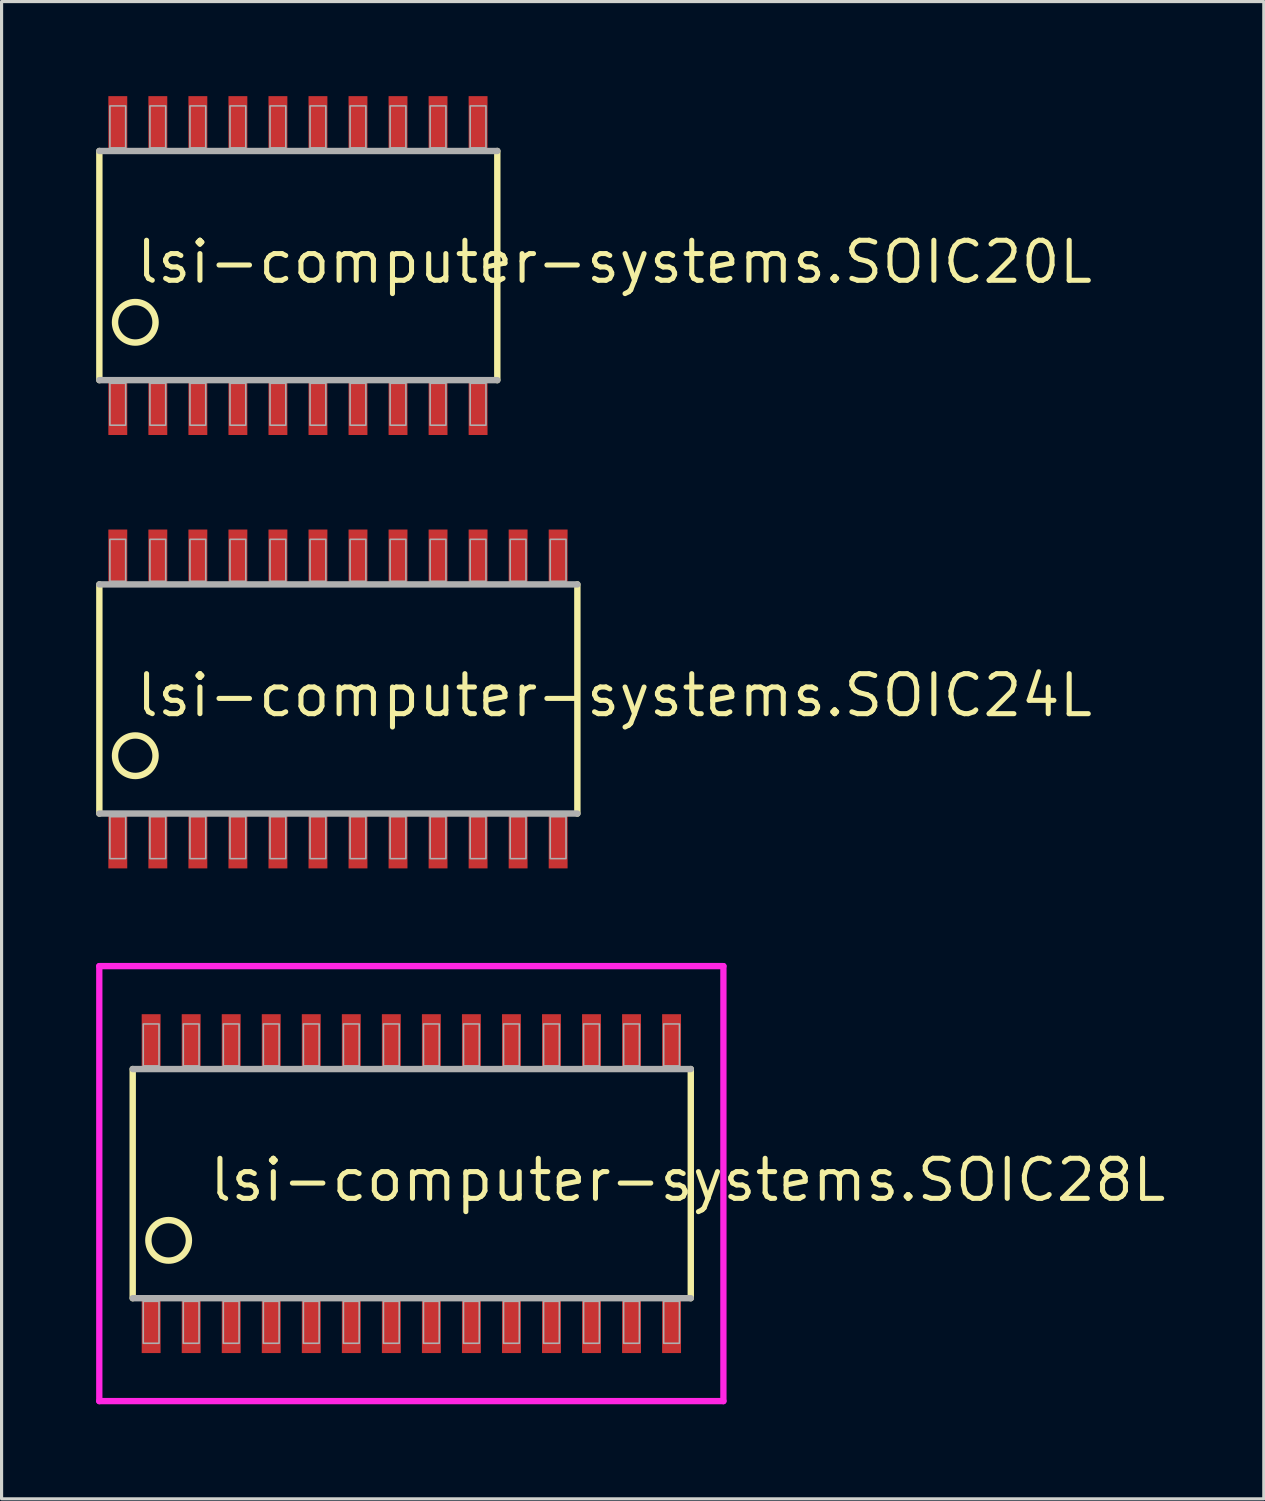
<source format=kicad_pcb>
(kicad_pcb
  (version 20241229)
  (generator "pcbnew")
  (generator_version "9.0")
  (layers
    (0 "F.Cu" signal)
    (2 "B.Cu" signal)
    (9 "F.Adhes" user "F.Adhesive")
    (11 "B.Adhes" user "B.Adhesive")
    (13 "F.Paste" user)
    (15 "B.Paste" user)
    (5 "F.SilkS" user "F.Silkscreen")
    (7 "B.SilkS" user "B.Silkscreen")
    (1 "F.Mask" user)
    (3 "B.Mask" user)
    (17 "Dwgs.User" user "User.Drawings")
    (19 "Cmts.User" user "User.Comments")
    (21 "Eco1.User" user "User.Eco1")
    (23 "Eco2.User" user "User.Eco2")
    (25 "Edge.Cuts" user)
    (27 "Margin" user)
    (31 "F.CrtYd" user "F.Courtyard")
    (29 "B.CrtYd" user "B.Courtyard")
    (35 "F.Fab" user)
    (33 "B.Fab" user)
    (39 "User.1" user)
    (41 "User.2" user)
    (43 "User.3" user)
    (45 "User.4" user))
  (footprint "lsi-computer-systems.SOIC28L"
    (layer "F.Cu")
    (at 10 34.5)
    (property "Reference" "lsi-computer-systems.SOIC28L" (at -6.48 0.63 0) (layer "F.SilkS") (effects (font (size 1.27 1.27) (thickness 0.16)) (justify left bottom)))
    (attr smd)
    (fp_line (start -8.84 3.635) (end -8.84 -3.635) (stroke (width 0.203) (type default)) (layer "F.SilkS"))
    (fp_line (start 8.865 -3.635) (end 8.865 3.635) (stroke (width 0.203) (type default)) (layer "F.SilkS"))
    (fp_circle (center -7.7 1.8) (end -7.057 1.8) (stroke (width 0.203) (type default)) (fill no) (layer "F.SilkS"))
    (fp_line (start -9.9 -6.9) (end 9.9 -6.9) (stroke (width 0.2) (type default)) (layer "F.CrtYd"))
    (fp_line (start -9.9 6.9) (end -9.9 -6.9) (stroke (width 0.2) (type default)) (layer "F.CrtYd"))
    (fp_line (start 9.9 -6.9) (end 9.9 6.9) (stroke (width 0.2) (type default)) (layer "F.CrtYd"))
    (fp_line (start 9.9 6.9) (end -9.9 6.9) (stroke (width 0.2) (type default)) (layer "F.CrtYd"))
    (fp_line (start -8.84 -3.635) (end 8.865 -3.635) (stroke (width 0.203) (type default)) (layer "F.Fab"))
    (fp_line (start 8.865 3.635) (end -8.84 3.635) (stroke (width 0.203) (type default)) (layer "F.Fab"))
    (fp_rect (start -8.505 -3.735) (end -8.005 -5.065) (stroke (width 0.05) (type default)) (fill no) (layer "F.Fab"))
    (fp_rect (start -8.505 5.065) (end -8.005 3.735) (stroke (width 0.05) (type default)) (fill no) (layer "F.Fab"))
    (fp_rect (start -7.235 -3.735) (end -6.735 -5.065) (stroke (width 0.05) (type default)) (fill no) (layer "F.Fab"))
    (fp_rect (start -7.235 5.065) (end -6.735 3.735) (stroke (width 0.05) (type default)) (fill no) (layer "F.Fab"))
    (fp_rect (start -5.965 -3.735) (end -5.465 -5.065) (stroke (width 0.05) (type default)) (fill no) (layer "F.Fab"))
    (fp_rect (start -5.965 5.065) (end -5.465 3.735) (stroke (width 0.05) (type default)) (fill no) (layer "F.Fab"))
    (fp_rect (start -4.695 -3.735) (end -4.195 -5.065) (stroke (width 0.05) (type default)) (fill no) (layer "F.Fab"))
    (fp_rect (start -4.695 5.065) (end -4.195 3.735) (stroke (width 0.05) (type default)) (fill no) (layer "F.Fab"))
    (fp_rect (start -3.425 -3.735) (end -2.925 -5.065) (stroke (width 0.05) (type default)) (fill no) (layer "F.Fab"))
    (fp_rect (start -3.425 5.065) (end -2.925 3.735) (stroke (width 0.05) (type default)) (fill no) (layer "F.Fab"))
    (fp_rect (start -2.155 -3.735) (end -1.655 -5.065) (stroke (width 0.05) (type default)) (fill no) (layer "F.Fab"))
    (fp_rect (start -2.155 5.065) (end -1.655 3.735) (stroke (width 0.05) (type default)) (fill no) (layer "F.Fab"))
    (fp_rect (start -0.885 -3.735) (end -0.385 -5.065) (stroke (width 0.05) (type default)) (fill no) (layer "F.Fab"))
    (fp_rect (start -0.885 5.065) (end -0.385 3.735) (stroke (width 0.05) (type default)) (fill no) (layer "F.Fab"))
    (fp_rect (start 0.385 -3.735) (end 0.885 -5.065) (stroke (width 0.05) (type default)) (fill no) (layer "F.Fab"))
    (fp_rect (start 0.385 5.065) (end 0.885 3.735) (stroke (width 0.05) (type default)) (fill no) (layer "F.Fab"))
    (fp_rect (start 1.655 -3.735) (end 2.155 -5.065) (stroke (width 0.05) (type default)) (fill no) (layer "F.Fab"))
    (fp_rect (start 1.655 5.065) (end 2.155 3.735) (stroke (width 0.05) (type default)) (fill no) (layer "F.Fab"))
    (fp_rect (start 2.925 -3.735) (end 3.425 -5.065) (stroke (width 0.05) (type default)) (fill no) (layer "F.Fab"))
    (fp_rect (start 2.925 5.065) (end 3.425 3.735) (stroke (width 0.05) (type default)) (fill no) (layer "F.Fab"))
    (fp_rect (start 4.195 -3.735) (end 4.695 -5.065) (stroke (width 0.05) (type default)) (fill no) (layer "F.Fab"))
    (fp_rect (start 4.195 5.065) (end 4.695 3.735) (stroke (width 0.05) (type default)) (fill no) (layer "F.Fab"))
    (fp_rect (start 5.465 -3.735) (end 5.965 -5.065) (stroke (width 0.05) (type default)) (fill no) (layer "F.Fab"))
    (fp_rect (start 5.465 5.065) (end 5.965 3.735) (stroke (width 0.05) (type default)) (fill no) (layer "F.Fab"))
    (fp_rect (start 6.735 -3.735) (end 7.235 -5.065) (stroke (width 0.05) (type default)) (fill no) (layer "F.Fab"))
    (fp_rect (start 6.735 5.065) (end 7.235 3.735) (stroke (width 0.05) (type default)) (fill no) (layer "F.Fab"))
    (fp_rect (start 8.005 -3.735) (end 8.505 -5.065) (stroke (width 0.05) (type default)) (fill no) (layer "F.Fab"))
    (fp_rect (start 8.005 5.065) (end 8.505 3.735) (stroke (width 0.05) (type default)) (fill no) (layer "F.Fab"))
    (pad "1" smd roundrect (at -8.255 4.475) (size 0.6 1.8) (layers "F.Cu" "F.Mask" "F.Paste") (roundrect_rratio 0.01))
    (pad "2" smd roundrect (at -6.985 4.475) (size 0.6 1.8) (layers "F.Cu" "F.Mask" "F.Paste") (roundrect_rratio 0.01))
    (pad "3" smd roundrect (at -5.715 4.475) (size 0.6 1.8) (layers "F.Cu" "F.Mask" "F.Paste") (roundrect_rratio 0.01))
    (pad "4" smd roundrect (at -4.445 4.475) (size 0.6 1.8) (layers "F.Cu" "F.Mask" "F.Paste") (roundrect_rratio 0.01))
    (pad "5" smd roundrect (at -3.175 4.475) (size 0.6 1.8) (layers "F.Cu" "F.Mask" "F.Paste") (roundrect_rratio 0.01))
    (pad "6" smd roundrect (at -1.905 4.475) (size 0.6 1.8) (layers "F.Cu" "F.Mask" "F.Paste") (roundrect_rratio 0.01))
    (pad "7" smd roundrect (at -0.635 4.475) (size 0.6 1.8) (layers "F.Cu" "F.Mask" "F.Paste") (roundrect_rratio 0.01))
    (pad "8" smd roundrect (at 0.635 4.475) (size 0.6 1.8) (layers "F.Cu" "F.Mask" "F.Paste") (roundrect_rratio 0.01))
    (pad "9" smd roundrect (at 1.905 4.475) (size 0.6 1.8) (layers "F.Cu" "F.Mask" "F.Paste") (roundrect_rratio 0.01))
    (pad "10" smd roundrect (at 3.175 4.475) (size 0.6 1.8) (layers "F.Cu" "F.Mask" "F.Paste") (roundrect_rratio 0.01))
    (pad "11" smd roundrect (at 4.445 4.475) (size 0.6 1.8) (layers "F.Cu" "F.Mask" "F.Paste") (roundrect_rratio 0.01))
    (pad "12" smd roundrect (at 5.715 4.475) (size 0.6 1.8) (layers "F.Cu" "F.Mask" "F.Paste") (roundrect_rratio 0.01))
    (pad "13" smd roundrect (at 6.985 4.475) (size 0.6 1.8) (layers "F.Cu" "F.Mask" "F.Paste") (roundrect_rratio 0.01))
    (pad "14" smd roundrect (at 8.255 4.475) (size 0.6 1.8) (layers "F.Cu" "F.Mask" "F.Paste") (roundrect_rratio 0.01))
    (pad "15" smd roundrect (at 8.255 -4.475) (size 0.6 1.8) (layers "F.Cu" "F.Mask" "F.Paste") (roundrect_rratio 0.01))
    (pad "16" smd roundrect (at 6.985 -4.475) (size 0.6 1.8) (layers "F.Cu" "F.Mask" "F.Paste") (roundrect_rratio 0.01))
    (pad "17" smd roundrect (at 5.715 -4.475) (size 0.6 1.8) (layers "F.Cu" "F.Mask" "F.Paste") (roundrect_rratio 0.01))
    (pad "18" smd roundrect (at 4.445 -4.475) (size 0.6 1.8) (layers "F.Cu" "F.Mask" "F.Paste") (roundrect_rratio 0.01))
    (pad "19" smd roundrect (at 3.175 -4.475) (size 0.6 1.8) (layers "F.Cu" "F.Mask" "F.Paste") (roundrect_rratio 0.01))
    (pad "20" smd roundrect (at 1.905 -4.475) (size 0.6 1.8) (layers "F.Cu" "F.Mask" "F.Paste") (roundrect_rratio 0.01))
    (pad "21" smd roundrect (at 0.635 -4.475) (size 0.6 1.8) (layers "F.Cu" "F.Mask" "F.Paste") (roundrect_rratio 0.01))
    (pad "22" smd roundrect (at -0.635 -4.475) (size 0.6 1.8) (layers "F.Cu" "F.Mask" "F.Paste") (roundrect_rratio 0.01))
    (pad "23" smd roundrect (at -1.905 -4.475) (size 0.6 1.8) (layers "F.Cu" "F.Mask" "F.Paste") (roundrect_rratio 0.01))
    (pad "24" smd roundrect (at -3.175 -4.475) (size 0.6 1.8) (layers "F.Cu" "F.Mask" "F.Paste") (roundrect_rratio 0.01))
    (pad "25" smd roundrect (at -4.445 -4.475) (size 0.6 1.8) (layers "F.Cu" "F.Mask" "F.Paste") (roundrect_rratio 0.01))
    (pad "26" smd roundrect (at -5.715 -4.475) (size 0.6 1.8) (layers "F.Cu" "F.Mask" "F.Paste") (roundrect_rratio 0.01))
    (pad "27" smd roundrect (at -6.985 -4.475) (size 0.6 1.8) (layers "F.Cu" "F.Mask" "F.Paste") (roundrect_rratio 0.01))
    (pad "28" smd roundrect (at -8.255 -4.475) (size 0.6 1.8) (layers "F.Cu" "F.Mask" "F.Paste") (roundrect_rratio 0.01)))
  (footprint "lsi-computer-systems.SOIC20L"
    (layer "F.Cu")
    (at 6.402 5.375)
    (property "Reference" "lsi-computer-systems.SOIC20L" (at -5.21 0.63 0) (layer "F.SilkS") (effects (font (size 1.27 1.27) (thickness 0.16)) (justify left bottom)))
    (attr smd)
    (fp_line (start -6.3 3.635) (end -6.3 -3.635) (stroke (width 0.203) (type default)) (layer "F.SilkS"))
    (fp_line (start 6.325 -3.635) (end 6.325 3.635) (stroke (width 0.203) (type default)) (layer "F.SilkS"))
    (fp_circle (center -5.16 1.8) (end -4.517 1.8) (stroke (width 0.203) (type default)) (fill no) (layer "F.SilkS"))
    (fp_line (start -6.3 -3.635) (end 6.325 -3.635) (stroke (width 0.203) (type default)) (layer "F.Fab"))
    (fp_line (start 6.325 3.635) (end -6.3 3.635) (stroke (width 0.203) (type default)) (layer "F.Fab"))
    (fp_rect (start -5.965 -3.735) (end -5.465 -5.065) (stroke (width 0.05) (type default)) (fill no) (layer "F.Fab"))
    (fp_rect (start -5.965 5.065) (end -5.465 3.735) (stroke (width 0.05) (type default)) (fill no) (layer "F.Fab"))
    (fp_rect (start -4.695 -3.735) (end -4.195 -5.065) (stroke (width 0.05) (type default)) (fill no) (layer "F.Fab"))
    (fp_rect (start -4.695 5.065) (end -4.195 3.735) (stroke (width 0.05) (type default)) (fill no) (layer "F.Fab"))
    (fp_rect (start -3.425 -3.735) (end -2.925 -5.065) (stroke (width 0.05) (type default)) (fill no) (layer "F.Fab"))
    (fp_rect (start -3.425 5.065) (end -2.925 3.735) (stroke (width 0.05) (type default)) (fill no) (layer "F.Fab"))
    (fp_rect (start -2.155 -3.735) (end -1.655 -5.065) (stroke (width 0.05) (type default)) (fill no) (layer "F.Fab"))
    (fp_rect (start -2.155 5.065) (end -1.655 3.735) (stroke (width 0.05) (type default)) (fill no) (layer "F.Fab"))
    (fp_rect (start -0.885 -3.735) (end -0.385 -5.065) (stroke (width 0.05) (type default)) (fill no) (layer "F.Fab"))
    (fp_rect (start -0.885 5.065) (end -0.385 3.735) (stroke (width 0.05) (type default)) (fill no) (layer "F.Fab"))
    (fp_rect (start 0.385 -3.735) (end 0.885 -5.065) (stroke (width 0.05) (type default)) (fill no) (layer "F.Fab"))
    (fp_rect (start 0.385 5.065) (end 0.885 3.735) (stroke (width 0.05) (type default)) (fill no) (layer "F.Fab"))
    (fp_rect (start 1.655 -3.735) (end 2.155 -5.065) (stroke (width 0.05) (type default)) (fill no) (layer "F.Fab"))
    (fp_rect (start 1.655 5.065) (end 2.155 3.735) (stroke (width 0.05) (type default)) (fill no) (layer "F.Fab"))
    (fp_rect (start 2.925 -3.735) (end 3.425 -5.065) (stroke (width 0.05) (type default)) (fill no) (layer "F.Fab"))
    (fp_rect (start 2.925 5.065) (end 3.425 3.735) (stroke (width 0.05) (type default)) (fill no) (layer "F.Fab"))
    (fp_rect (start 4.195 -3.735) (end 4.695 -5.065) (stroke (width 0.05) (type default)) (fill no) (layer "F.Fab"))
    (fp_rect (start 4.195 5.065) (end 4.695 3.735) (stroke (width 0.05) (type default)) (fill no) (layer "F.Fab"))
    (fp_rect (start 5.465 -3.735) (end 5.965 -5.065) (stroke (width 0.05) (type default)) (fill no) (layer "F.Fab"))
    (fp_rect (start 5.465 5.065) (end 5.965 3.735) (stroke (width 0.05) (type default)) (fill no) (layer "F.Fab"))
    (pad "1" smd roundrect (at -5.715 4.475) (size 0.6 1.8) (layers "F.Cu" "F.Mask" "F.Paste") (roundrect_rratio 0.01))
    (pad "2" smd roundrect (at -4.445 4.475) (size 0.6 1.8) (layers "F.Cu" "F.Mask" "F.Paste") (roundrect_rratio 0.01))
    (pad "3" smd roundrect (at -3.175 4.475) (size 0.6 1.8) (layers "F.Cu" "F.Mask" "F.Paste") (roundrect_rratio 0.01))
    (pad "4" smd roundrect (at -1.905 4.475) (size 0.6 1.8) (layers "F.Cu" "F.Mask" "F.Paste") (roundrect_rratio 0.01))
    (pad "5" smd roundrect (at -0.635 4.475) (size 0.6 1.8) (layers "F.Cu" "F.Mask" "F.Paste") (roundrect_rratio 0.01))
    (pad "6" smd roundrect (at 0.635 4.475) (size 0.6 1.8) (layers "F.Cu" "F.Mask" "F.Paste") (roundrect_rratio 0.01))
    (pad "7" smd roundrect (at 1.905 4.475) (size 0.6 1.8) (layers "F.Cu" "F.Mask" "F.Paste") (roundrect_rratio 0.01))
    (pad "8" smd roundrect (at 3.175 4.475) (size 0.6 1.8) (layers "F.Cu" "F.Mask" "F.Paste") (roundrect_rratio 0.01))
    (pad "9" smd roundrect (at 4.445 4.475) (size 0.6 1.8) (layers "F.Cu" "F.Mask" "F.Paste") (roundrect_rratio 0.01))
    (pad "10" smd roundrect (at 5.715 4.475) (size 0.6 1.8) (layers "F.Cu" "F.Mask" "F.Paste") (roundrect_rratio 0.01))
    (pad "11" smd roundrect (at 5.715 -4.475 180) (size 0.6 1.8) (layers "F.Cu" "F.Mask" "F.Paste") (roundrect_rratio 0.01))
    (pad "12" smd roundrect (at 4.445 -4.475 180) (size 0.6 1.8) (layers "F.Cu" "F.Mask" "F.Paste") (roundrect_rratio 0.01))
    (pad "13" smd roundrect (at 3.175 -4.475 180) (size 0.6 1.8) (layers "F.Cu" "F.Mask" "F.Paste") (roundrect_rratio 0.01))
    (pad "14" smd roundrect (at 1.905 -4.475 180) (size 0.6 1.8) (layers "F.Cu" "F.Mask" "F.Paste") (roundrect_rratio 0.01))
    (pad "15" smd roundrect (at 0.635 -4.475) (size 0.6 1.8) (layers "F.Cu" "F.Mask" "F.Paste") (roundrect_rratio 0.01))
    (pad "16" smd roundrect (at -0.635 -4.475) (size 0.6 1.8) (layers "F.Cu" "F.Mask" "F.Paste") (roundrect_rratio 0.01))
    (pad "17" smd roundrect (at -1.905 -4.475) (size 0.6 1.8) (layers "F.Cu" "F.Mask" "F.Paste") (roundrect_rratio 0.01))
    (pad "18" smd roundrect (at -3.175 -4.475) (size 0.6 1.8) (layers "F.Cu" "F.Mask" "F.Paste") (roundrect_rratio 0.01))
    (pad "19" smd roundrect (at -4.445 -4.475) (size 0.6 1.8) (layers "F.Cu" "F.Mask" "F.Paste") (roundrect_rratio 0.01))
    (pad "20" smd roundrect (at -5.715 -4.475) (size 0.6 1.8) (layers "F.Cu" "F.Mask" "F.Paste") (roundrect_rratio 0.01)))
  (footprint "lsi-computer-systems.SOIC24L"
    (layer "F.Cu")
    (at 7.672 19.125)
    (property "Reference" "lsi-computer-systems.SOIC24L" (at -6.48 0.63 0) (layer "F.SilkS") (effects (font (size 1.27 1.27) (thickness 0.16)) (justify left bottom)))
    (attr smd)
    (fp_line (start -7.57 3.635) (end -7.57 -3.635) (stroke (width 0.203) (type default)) (layer "F.SilkS"))
    (fp_line (start 7.595 -3.635) (end 7.595 3.635) (stroke (width 0.203) (type default)) (layer "F.SilkS"))
    (fp_circle (center -6.43 1.8) (end -5.787 1.8) (stroke (width 0.203) (type default)) (fill no) (layer "F.SilkS"))
    (fp_line (start -7.57 -3.635) (end 7.595 -3.635) (stroke (width 0.203) (type default)) (layer "F.Fab"))
    (fp_line (start 7.595 3.635) (end -7.57 3.635) (stroke (width 0.203) (type default)) (layer "F.Fab"))
    (fp_rect (start -7.235 -3.735) (end -6.735 -5.065) (stroke (width 0.05) (type default)) (fill no) (layer "F.Fab"))
    (fp_rect (start -7.235 5.065) (end -6.735 3.735) (stroke (width 0.05) (type default)) (fill no) (layer "F.Fab"))
    (fp_rect (start -5.965 -3.735) (end -5.465 -5.065) (stroke (width 0.05) (type default)) (fill no) (layer "F.Fab"))
    (fp_rect (start -5.965 5.065) (end -5.465 3.735) (stroke (width 0.05) (type default)) (fill no) (layer "F.Fab"))
    (fp_rect (start -4.695 -3.735) (end -4.195 -5.065) (stroke (width 0.05) (type default)) (fill no) (layer "F.Fab"))
    (fp_rect (start -4.695 5.065) (end -4.195 3.735) (stroke (width 0.05) (type default)) (fill no) (layer "F.Fab"))
    (fp_rect (start -3.425 -3.735) (end -2.925 -5.065) (stroke (width 0.05) (type default)) (fill no) (layer "F.Fab"))
    (fp_rect (start -3.425 5.065) (end -2.925 3.735) (stroke (width 0.05) (type default)) (fill no) (layer "F.Fab"))
    (fp_rect (start -2.155 -3.735) (end -1.655 -5.065) (stroke (width 0.05) (type default)) (fill no) (layer "F.Fab"))
    (fp_rect (start -2.155 5.065) (end -1.655 3.735) (stroke (width 0.05) (type default)) (fill no) (layer "F.Fab"))
    (fp_rect (start -0.885 -3.735) (end -0.385 -5.065) (stroke (width 0.05) (type default)) (fill no) (layer "F.Fab"))
    (fp_rect (start -0.885 5.065) (end -0.385 3.735) (stroke (width 0.05) (type default)) (fill no) (layer "F.Fab"))
    (fp_rect (start 0.385 -3.735) (end 0.885 -5.065) (stroke (width 0.05) (type default)) (fill no) (layer "F.Fab"))
    (fp_rect (start 0.385 5.065) (end 0.885 3.735) (stroke (width 0.05) (type default)) (fill no) (layer "F.Fab"))
    (fp_rect (start 1.655 -3.735) (end 2.155 -5.065) (stroke (width 0.05) (type default)) (fill no) (layer "F.Fab"))
    (fp_rect (start 1.655 5.065) (end 2.155 3.735) (stroke (width 0.05) (type default)) (fill no) (layer "F.Fab"))
    (fp_rect (start 2.925 -3.735) (end 3.425 -5.065) (stroke (width 0.05) (type default)) (fill no) (layer "F.Fab"))
    (fp_rect (start 2.925 5.065) (end 3.425 3.735) (stroke (width 0.05) (type default)) (fill no) (layer "F.Fab"))
    (fp_rect (start 4.195 -3.735) (end 4.695 -5.065) (stroke (width 0.05) (type default)) (fill no) (layer "F.Fab"))
    (fp_rect (start 4.195 5.065) (end 4.695 3.735) (stroke (width 0.05) (type default)) (fill no) (layer "F.Fab"))
    (fp_rect (start 5.465 -3.735) (end 5.965 -5.065) (stroke (width 0.05) (type default)) (fill no) (layer "F.Fab"))
    (fp_rect (start 5.465 5.065) (end 5.965 3.735) (stroke (width 0.05) (type default)) (fill no) (layer "F.Fab"))
    (fp_rect (start 6.735 -3.735) (end 7.235 -5.065) (stroke (width 0.05) (type default)) (fill no) (layer "F.Fab"))
    (fp_rect (start 6.735 5.065) (end 7.235 3.735) (stroke (width 0.05) (type default)) (fill no) (layer "F.Fab"))
    (pad "1" smd roundrect (at -6.985 4.475) (size 0.6 1.8) (layers "F.Cu" "F.Mask" "F.Paste") (roundrect_rratio 0.01))
    (pad "2" smd roundrect (at -5.715 4.475) (size 0.6 1.8) (layers "F.Cu" "F.Mask" "F.Paste") (roundrect_rratio 0.01))
    (pad "3" smd roundrect (at -4.445 4.475) (size 0.6 1.8) (layers "F.Cu" "F.Mask" "F.Paste") (roundrect_rratio 0.01))
    (pad "4" smd roundrect (at -3.175 4.475) (size 0.6 1.8) (layers "F.Cu" "F.Mask" "F.Paste") (roundrect_rratio 0.01))
    (pad "5" smd roundrect (at -1.905 4.475) (size 0.6 1.8) (layers "F.Cu" "F.Mask" "F.Paste") (roundrect_rratio 0.01))
    (pad "6" smd roundrect (at -0.635 4.475) (size 0.6 1.8) (layers "F.Cu" "F.Mask" "F.Paste") (roundrect_rratio 0.01))
    (pad "7" smd roundrect (at 0.635 4.475) (size 0.6 1.8) (layers "F.Cu" "F.Mask" "F.Paste") (roundrect_rratio 0.01))
    (pad "8" smd roundrect (at 1.905 4.475) (size 0.6 1.8) (layers "F.Cu" "F.Mask" "F.Paste") (roundrect_rratio 0.01))
    (pad "9" smd roundrect (at 3.175 4.475) (size 0.6 1.8) (layers "F.Cu" "F.Mask" "F.Paste") (roundrect_rratio 0.01))
    (pad "10" smd roundrect (at 4.445 4.475) (size 0.6 1.8) (layers "F.Cu" "F.Mask" "F.Paste") (roundrect_rratio 0.01))
    (pad "11" smd roundrect (at 5.715 4.475) (size 0.6 1.8) (layers "F.Cu" "F.Mask" "F.Paste") (roundrect_rratio 0.01))
    (pad "12" smd roundrect (at 6.985 4.475) (size 0.6 1.8) (layers "F.Cu" "F.Mask" "F.Paste") (roundrect_rratio 0.01))
    (pad "13" smd roundrect (at 6.985 -4.475 180) (size 0.6 1.8) (layers "F.Cu" "F.Mask" "F.Paste") (roundrect_rratio 0.01))
    (pad "14" smd roundrect (at 5.715 -4.475 180) (size 0.6 1.8) (layers "F.Cu" "F.Mask" "F.Paste") (roundrect_rratio 0.01))
    (pad "15" smd roundrect (at 4.445 -4.475) (size 0.6 1.8) (layers "F.Cu" "F.Mask" "F.Paste") (roundrect_rratio 0.01))
    (pad "16" smd roundrect (at 3.175 -4.475) (size 0.6 1.8) (layers "F.Cu" "F.Mask" "F.Paste") (roundrect_rratio 0.01))
    (pad "17" smd roundrect (at 1.905 -4.475) (size 0.6 1.8) (layers "F.Cu" "F.Mask" "F.Paste") (roundrect_rratio 0.01))
    (pad "18" smd roundrect (at 0.635 -4.475) (size 0.6 1.8) (layers "F.Cu" "F.Mask" "F.Paste") (roundrect_rratio 0.01))
    (pad "19" smd roundrect (at -0.635 -4.475) (size 0.6 1.8) (layers "F.Cu" "F.Mask" "F.Paste") (roundrect_rratio 0.01))
    (pad "20" smd roundrect (at -1.905 -4.475) (size 0.6 1.8) (layers "F.Cu" "F.Mask" "F.Paste") (roundrect_rratio 0.01))
    (pad "21" smd roundrect (at -3.175 -4.475) (size 0.6 1.8) (layers "F.Cu" "F.Mask" "F.Paste") (roundrect_rratio 0.01))
    (pad "22" smd roundrect (at -4.445 -4.475) (size 0.6 1.8) (layers "F.Cu" "F.Mask" "F.Paste") (roundrect_rratio 0.01))
    (pad "23" smd roundrect (at -5.715 -4.475) (size 0.6 1.8) (layers "F.Cu" "F.Mask" "F.Paste") (roundrect_rratio 0.01))
    (pad "24" smd roundrect (at -6.985 -4.475) (size 0.6 1.8) (layers "F.Cu" "F.Mask" "F.Paste") (roundrect_rratio 0.01)))
  (gr_rect
    (start -3 -3)
    (end 37.044 44.5)
    (stroke (width 0.1) (type default))
    (fill no)
    (layer "Edge.Cuts")))
</source>
